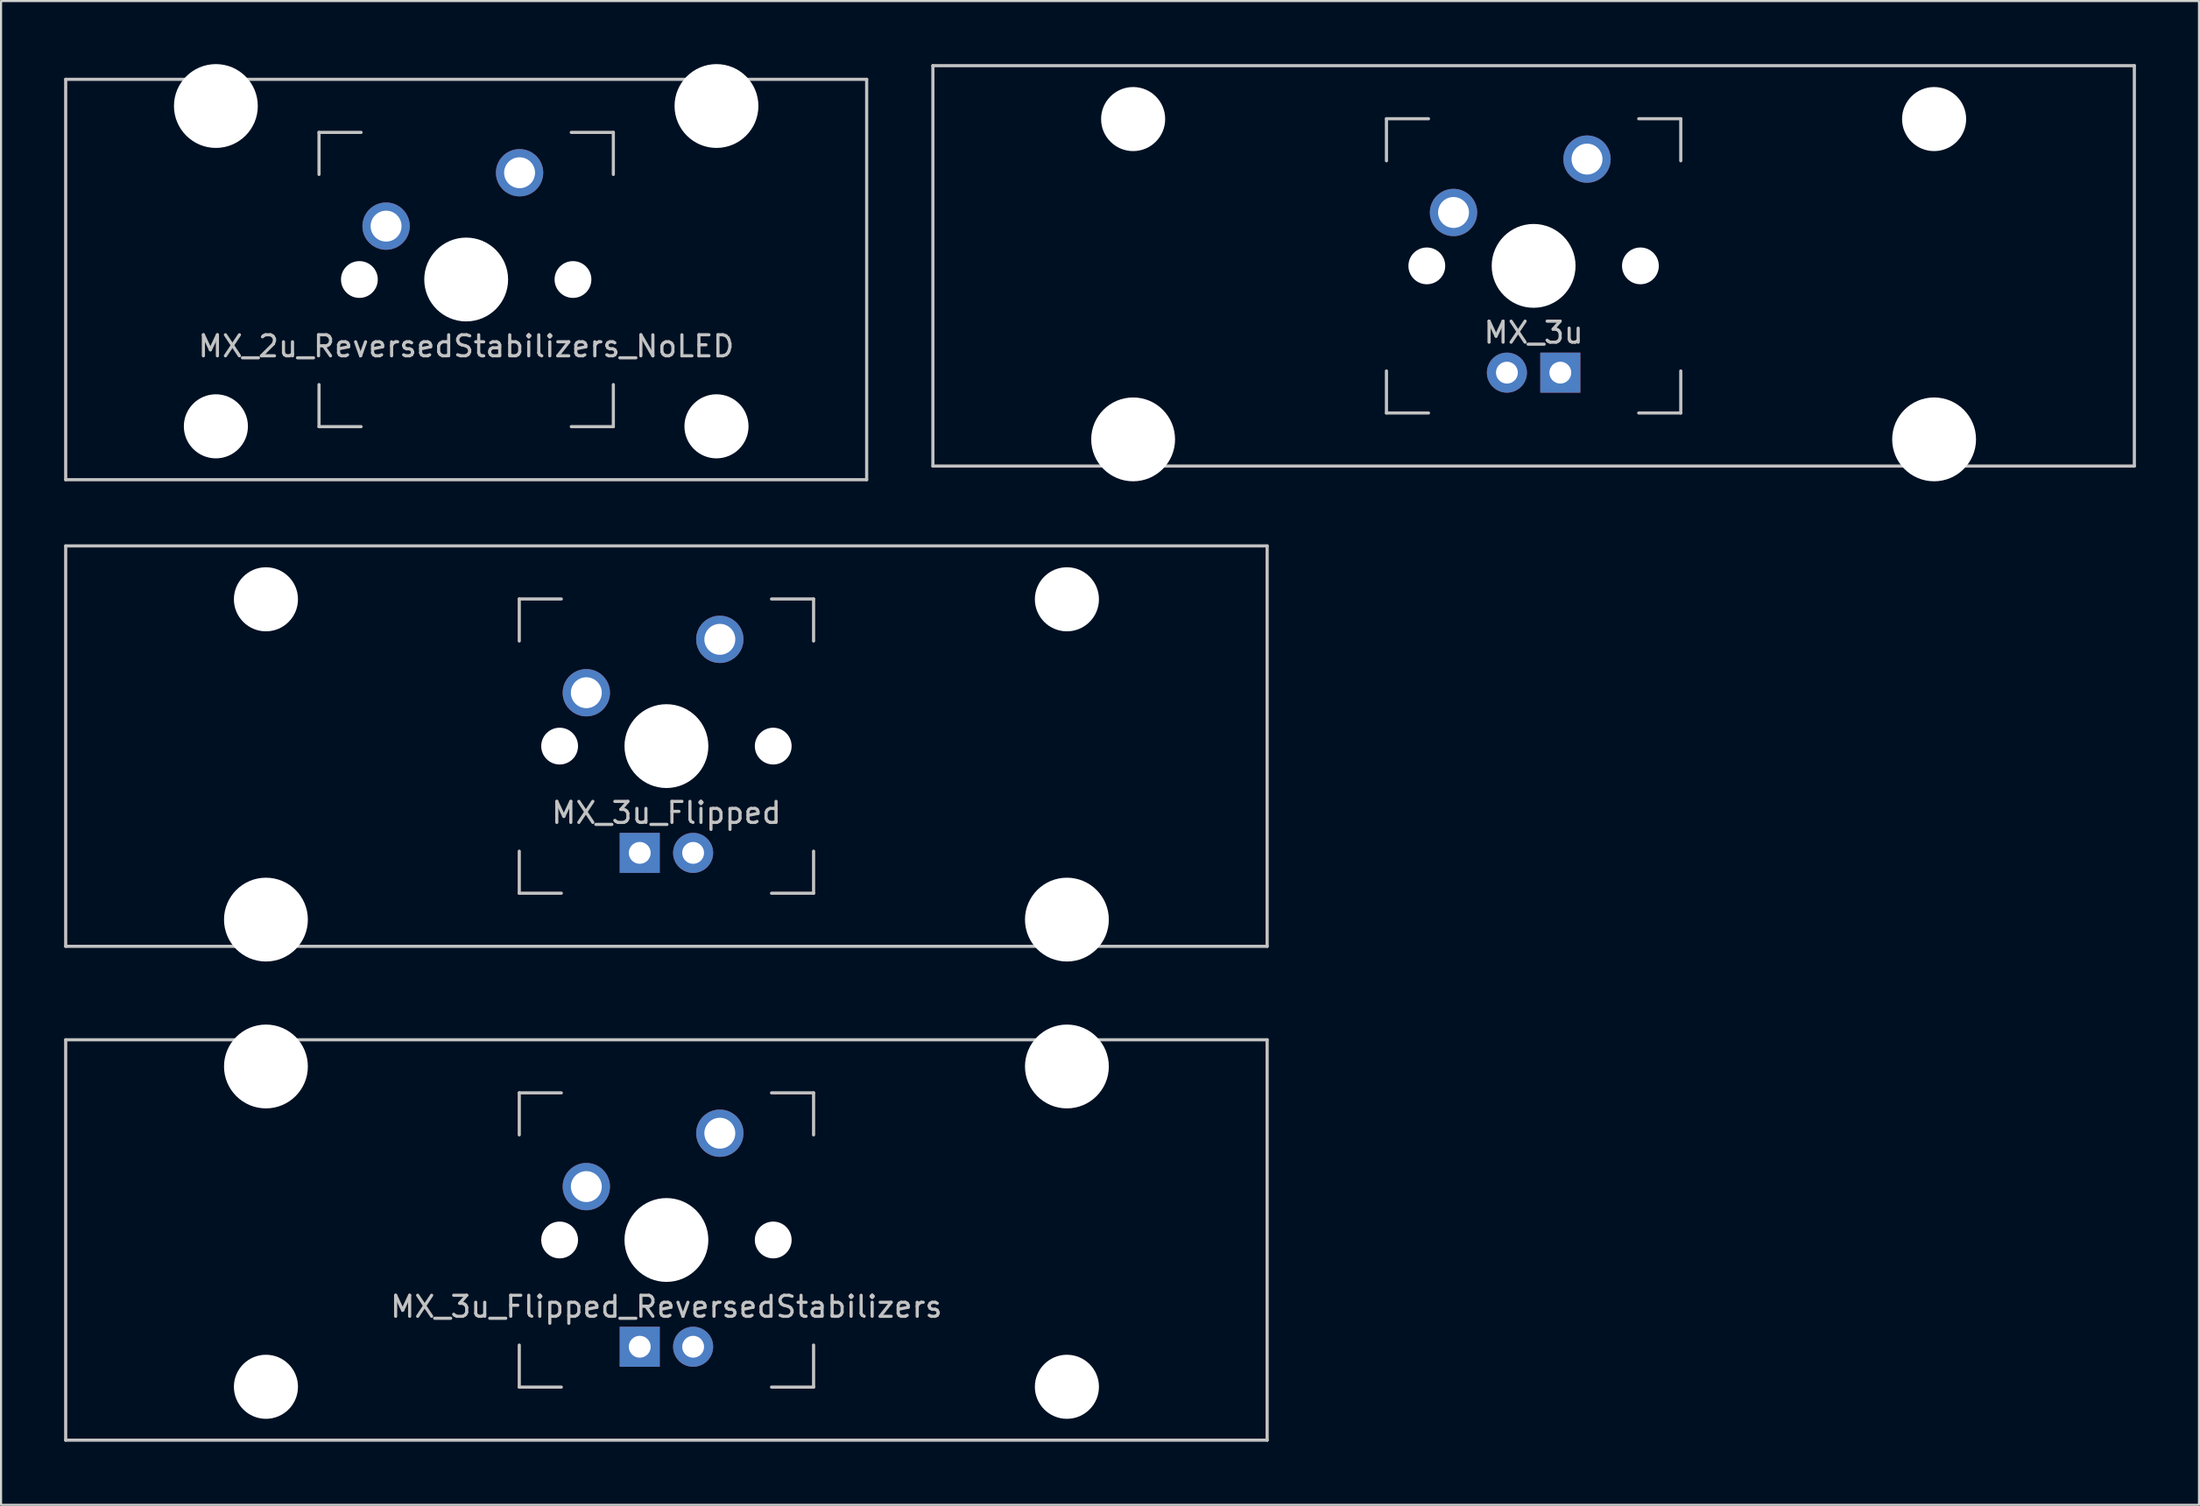
<source format=kicad_pcb>
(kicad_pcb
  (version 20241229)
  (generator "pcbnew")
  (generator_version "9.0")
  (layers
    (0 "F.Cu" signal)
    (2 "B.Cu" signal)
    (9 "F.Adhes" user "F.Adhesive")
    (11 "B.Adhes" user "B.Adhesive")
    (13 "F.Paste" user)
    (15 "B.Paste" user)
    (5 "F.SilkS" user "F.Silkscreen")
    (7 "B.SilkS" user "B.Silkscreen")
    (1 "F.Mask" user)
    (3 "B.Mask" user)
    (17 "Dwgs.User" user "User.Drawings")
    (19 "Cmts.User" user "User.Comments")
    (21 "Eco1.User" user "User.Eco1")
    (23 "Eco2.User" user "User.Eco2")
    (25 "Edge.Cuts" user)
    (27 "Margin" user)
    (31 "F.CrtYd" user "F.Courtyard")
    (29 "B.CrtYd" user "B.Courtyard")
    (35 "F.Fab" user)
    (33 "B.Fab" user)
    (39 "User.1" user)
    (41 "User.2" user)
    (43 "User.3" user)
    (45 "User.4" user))
  (footprint "MX_2u_ReversedStabilizers_NoLED"
    (layer "F.Cu")
    (at 19.125 10.249)
    (property "Reference" "MX_2u_ReversedStabilizers_NoLED" (at 0 3.175 0) (layer "Dwgs.User") (effects (font (size 1 1) (thickness 0.15))))
    (attr through_hole)
    (fp_line (start -19.05 -9.525) (end 19.05 -9.525) (stroke (width 0.15) (type solid)) (layer "Dwgs.User"))
    (fp_line (start -19.05 9.525) (end -19.05 -9.525) (stroke (width 0.15) (type solid)) (layer "Dwgs.User"))
    (fp_line (start -19.05 9.525) (end 19.05 9.525) (stroke (width 0.15) (type solid)) (layer "Dwgs.User"))
    (fp_line (start -7 -7) (end -7 -5) (stroke (width 0.15) (type solid)) (layer "Dwgs.User"))
    (fp_line (start -7 5) (end -7 7) (stroke (width 0.15) (type solid)) (layer "Dwgs.User"))
    (fp_line (start -7 7) (end -5 7) (stroke (width 0.15) (type solid)) (layer "Dwgs.User"))
    (fp_line (start -5 -7) (end -7 -7) (stroke (width 0.15) (type solid)) (layer "Dwgs.User"))
    (fp_line (start 5 -7) (end 7 -7) (stroke (width 0.15) (type solid)) (layer "Dwgs.User"))
    (fp_line (start 5 7) (end 7 7) (stroke (width 0.15) (type solid)) (layer "Dwgs.User"))
    (fp_line (start 7 -7) (end 7 -5) (stroke (width 0.15) (type solid)) (layer "Dwgs.User"))
    (fp_line (start 7 7) (end 7 5) (stroke (width 0.15) (type solid)) (layer "Dwgs.User"))
    (fp_line (start 19.05 -9.525) (end 19.05 9.525) (stroke (width 0.15) (type solid)) (layer "Dwgs.User"))
    (pad "" np_thru_hole circle (at -11.906 -8.255) (size 3.988 3.988) (drill 3.988) (layers "*.Cu" "*.Mask"))
    (pad "" np_thru_hole circle (at -11.906 6.985) (size 3.048 3.048) (drill 3.048) (layers "*.Cu" "*.Mask"))
    (pad "" np_thru_hole circle (at -5.08 0 48.1) (size 1.75 1.75) (drill 1.75) (layers "*.Cu" "*.Mask"))
    (pad "" np_thru_hole circle (at 0 0) (size 3.988 3.988) (drill 3.988) (layers "*.Cu" "*.Mask"))
    (pad "" np_thru_hole circle (at 5.08 0 48.1) (size 1.75 1.75) (drill 1.75) (layers "*.Cu" "*.Mask"))
    (pad "" np_thru_hole circle (at 11.906 -8.255) (size 3.988 3.988) (drill 3.988) (layers "*.Cu" "*.Mask"))
    (pad "" np_thru_hole circle (at 11.906 6.985) (size 3.048 3.048) (drill 3.048) (layers "*.Cu" "*.Mask"))
    (pad "1" thru_hole circle (at -3.81 -2.54) (size 2.25 2.25) (drill 1.47) (layers "*.Cu" "B.Mask"))
    (pad "2" thru_hole circle (at 2.54 -5.08) (size 2.25 2.25) (drill 1.47) (layers "*.Cu" "B.Mask")))
  (footprint "MX_3u"
    (layer "F.Cu")
    (at 69.9 9.6)
    (property "Reference" "MX_3u" (at 0 3.175 0) (layer "Dwgs.User") (effects (font (size 1 1) (thickness 0.15))))
    (attr through_hole)
    (fp_line (start -28.575 -9.525) (end 28.575 -9.525) (stroke (width 0.15) (type solid)) (layer "Dwgs.User"))
    (fp_line (start -28.575 9.525) (end -28.575 -9.525) (stroke (width 0.15) (type solid)) (layer "Dwgs.User"))
    (fp_line (start -28.575 9.525) (end 28.575 9.525) (stroke (width 0.15) (type solid)) (layer "Dwgs.User"))
    (fp_line (start -7 -7) (end -7 -5) (stroke (width 0.15) (type solid)) (layer "Dwgs.User"))
    (fp_line (start -7 5) (end -7 7) (stroke (width 0.15) (type solid)) (layer "Dwgs.User"))
    (fp_line (start -7 7) (end -5 7) (stroke (width 0.15) (type solid)) (layer "Dwgs.User"))
    (fp_line (start -5 -7) (end -7 -7) (stroke (width 0.15) (type solid)) (layer "Dwgs.User"))
    (fp_line (start 5 -7) (end 7 -7) (stroke (width 0.15) (type solid)) (layer "Dwgs.User"))
    (fp_line (start 5 7) (end 7 7) (stroke (width 0.15) (type solid)) (layer "Dwgs.User"))
    (fp_line (start 7 -7) (end 7 -5) (stroke (width 0.15) (type solid)) (layer "Dwgs.User"))
    (fp_line (start 7 7) (end 7 5) (stroke (width 0.15) (type solid)) (layer "Dwgs.User"))
    (fp_line (start 28.575 -9.525) (end 28.575 9.525) (stroke (width 0.15) (type solid)) (layer "Dwgs.User"))
    (pad "" np_thru_hole circle (at -19.05 -6.985) (size 3.048 3.048) (drill 3.048) (layers "*.Cu" "*.Mask"))
    (pad "" np_thru_hole circle (at -19.05 8.255) (size 3.988 3.988) (drill 3.988) (layers "*.Cu" "*.Mask"))
    (pad "" np_thru_hole circle (at -5.08 0 48.1) (size 1.75 1.75) (drill 1.75) (layers "*.Cu" "*.Mask"))
    (pad "" np_thru_hole circle (at 0 0) (size 3.988 3.988) (drill 3.988) (layers "*.Cu" "*.Mask"))
    (pad "" np_thru_hole circle (at 5.08 0 48.1) (size 1.75 1.75) (drill 1.75) (layers "*.Cu" "*.Mask"))
    (pad "" np_thru_hole circle (at 19.05 -6.985) (size 3.048 3.048) (drill 3.048) (layers "*.Cu" "*.Mask"))
    (pad "" np_thru_hole circle (at 19.05 8.255) (size 3.988 3.988) (drill 3.988) (layers "*.Cu" "*.Mask"))
    (pad "1" thru_hole circle (at -3.81 -2.54 48.1) (size 2.25 2.25) (drill 1.47) (layers "*.Cu" "B.Mask"))
    (pad "2" thru_hole circle (at 2.54 -5.08) (size 2.25 2.25) (drill 1.47) (layers "*.Cu" "B.Mask"))
    (pad "3" thru_hole circle (at -1.27 5.08) (size 1.905 1.905) (drill 1.04) (layers "*.Cu" "B.Mask"))
    (pad "4" thru_hole rect (at 1.27 5.08) (size 1.905 1.905) (drill 1.04) (layers "*.Cu" "B.Mask")))
  (footprint "MX_3u_Flipped"
    (layer "F.Cu")
    (at 28.65 32.449)
    (property "Reference" "MX_3u_Flipped" (at 0 3.175 0) (layer "Dwgs.User") (effects (font (size 1 1) (thickness 0.15))))
    (attr through_hole)
    (fp_line (start -28.575 -9.525) (end 28.575 -9.525) (stroke (width 0.15) (type solid)) (layer "Dwgs.User"))
    (fp_line (start -28.575 9.525) (end -28.575 -9.525) (stroke (width 0.15) (type solid)) (layer "Dwgs.User"))
    (fp_line (start -28.575 9.525) (end 28.575 9.525) (stroke (width 0.15) (type solid)) (layer "Dwgs.User"))
    (fp_line (start -7 -7) (end -7 -5) (stroke (width 0.15) (type solid)) (layer "Dwgs.User"))
    (fp_line (start -7 5) (end -7 7) (stroke (width 0.15) (type solid)) (layer "Dwgs.User"))
    (fp_line (start -7 7) (end -5 7) (stroke (width 0.15) (type solid)) (layer "Dwgs.User"))
    (fp_line (start -5 -7) (end -7 -7) (stroke (width 0.15) (type solid)) (layer "Dwgs.User"))
    (fp_line (start 5 -7) (end 7 -7) (stroke (width 0.15) (type solid)) (layer "Dwgs.User"))
    (fp_line (start 5 7) (end 7 7) (stroke (width 0.15) (type solid)) (layer "Dwgs.User"))
    (fp_line (start 7 -7) (end 7 -5) (stroke (width 0.15) (type solid)) (layer "Dwgs.User"))
    (fp_line (start 7 7) (end 7 5) (stroke (width 0.15) (type solid)) (layer "Dwgs.User"))
    (fp_line (start 28.575 -9.525) (end 28.575 9.525) (stroke (width 0.15) (type solid)) (layer "Dwgs.User"))
    (pad "" np_thru_hole circle (at -19.05 -6.985) (size 3.048 3.048) (drill 3.048) (layers "*.Cu" "*.Mask"))
    (pad "" np_thru_hole circle (at -19.05 8.255) (size 3.988 3.988) (drill 3.988) (layers "*.Cu" "*.Mask"))
    (pad "" np_thru_hole circle (at -5.08 0 48.1) (size 1.75 1.75) (drill 1.75) (layers "*.Cu" "*.Mask"))
    (pad "" np_thru_hole circle (at 0 0) (size 3.988 3.988) (drill 3.988) (layers "*.Cu" "*.Mask"))
    (pad "" np_thru_hole circle (at 5.08 0 48.1) (size 1.75 1.75) (drill 1.75) (layers "*.Cu" "*.Mask"))
    (pad "" np_thru_hole circle (at 19.05 -6.985) (size 3.048 3.048) (drill 3.048) (layers "*.Cu" "*.Mask"))
    (pad "" np_thru_hole circle (at 19.05 8.255) (size 3.988 3.988) (drill 3.988) (layers "*.Cu" "*.Mask"))
    (pad "1" thru_hole circle (at -3.81 -2.54 48.1) (size 2.25 2.25) (drill 1.47) (layers "*.Cu" "B.Mask"))
    (pad "2" thru_hole circle (at 2.54 -5.08) (size 2.25 2.25) (drill 1.47) (layers "*.Cu" "B.Mask"))
    (pad "3" thru_hole circle (at 1.27 5.08) (size 1.905 1.905) (drill 1.04) (layers "*.Cu" "B.Mask"))
    (pad "4" thru_hole rect (at -1.27 5.08) (size 1.905 1.905) (drill 1.04) (layers "*.Cu" "B.Mask")))
  (footprint "MX_3u_Flipped_ReversedStabilizers"
    (layer "F.Cu")
    (at 28.65 55.947)
    (property "Reference" "MX_3u_Flipped_ReversedStabilizers" (at 0 3.175 0) (layer "Dwgs.User") (effects (font (size 1 1) (thickness 0.15))))
    (attr through_hole)
    (fp_line (start -28.575 -9.525) (end 28.575 -9.525) (stroke (width 0.15) (type solid)) (layer "Dwgs.User"))
    (fp_line (start -28.575 9.525) (end -28.575 -9.525) (stroke (width 0.15) (type solid)) (layer "Dwgs.User"))
    (fp_line (start -28.575 9.525) (end 28.575 9.525) (stroke (width 0.15) (type solid)) (layer "Dwgs.User"))
    (fp_line (start -7 -7) (end -7 -5) (stroke (width 0.15) (type solid)) (layer "Dwgs.User"))
    (fp_line (start -7 5) (end -7 7) (stroke (width 0.15) (type solid)) (layer "Dwgs.User"))
    (fp_line (start -7 7) (end -5 7) (stroke (width 0.15) (type solid)) (layer "Dwgs.User"))
    (fp_line (start -5 -7) (end -7 -7) (stroke (width 0.15) (type solid)) (layer "Dwgs.User"))
    (fp_line (start 5 -7) (end 7 -7) (stroke (width 0.15) (type solid)) (layer "Dwgs.User"))
    (fp_line (start 5 7) (end 7 7) (stroke (width 0.15) (type solid)) (layer "Dwgs.User"))
    (fp_line (start 7 -7) (end 7 -5) (stroke (width 0.15) (type solid)) (layer "Dwgs.User"))
    (fp_line (start 7 7) (end 7 5) (stroke (width 0.15) (type solid)) (layer "Dwgs.User"))
    (fp_line (start 28.575 -9.525) (end 28.575 9.525) (stroke (width 0.15) (type solid)) (layer "Dwgs.User"))
    (pad "" np_thru_hole circle (at -19.05 -8.255) (size 3.988 3.988) (drill 3.988) (layers "*.Cu" "*.Mask"))
    (pad "" np_thru_hole circle (at -19.05 6.985) (size 3.048 3.048) (drill 3.048) (layers "*.Cu" "*.Mask"))
    (pad "" np_thru_hole circle (at -5.08 0 48.1) (size 1.75 1.75) (drill 1.75) (layers "*.Cu" "*.Mask"))
    (pad "" np_thru_hole circle (at 0 0) (size 3.988 3.988) (drill 3.988) (layers "*.Cu" "*.Mask"))
    (pad "" np_thru_hole circle (at 5.08 0 48.1) (size 1.75 1.75) (drill 1.75) (layers "*.Cu" "*.Mask"))
    (pad "" np_thru_hole circle (at 19.05 -8.255) (size 3.988 3.988) (drill 3.988) (layers "*.Cu" "*.Mask"))
    (pad "" np_thru_hole circle (at 19.05 6.985) (size 3.048 3.048) (drill 3.048) (layers "*.Cu" "*.Mask"))
    (pad "1" thru_hole circle (at -3.81 -2.54 48.1) (size 2.25 2.25) (drill 1.47) (layers "*.Cu" "B.Mask"))
    (pad "2" thru_hole circle (at 2.54 -5.08) (size 2.25 2.25) (drill 1.47) (layers "*.Cu" "B.Mask"))
    (pad "3" thru_hole circle (at 1.27 5.08) (size 1.905 1.905) (drill 1.04) (layers "*.Cu" "B.Mask"))
    (pad "4" thru_hole rect (at -1.27 5.08) (size 1.905 1.905) (drill 1.04) (layers "*.Cu" "B.Mask")))
  (gr_rect
    (start -3 -3)
    (end 101.55 68.547)
    (stroke (width 0.1) (type default))
    (fill no)
    (layer "Edge.Cuts")))
</source>
